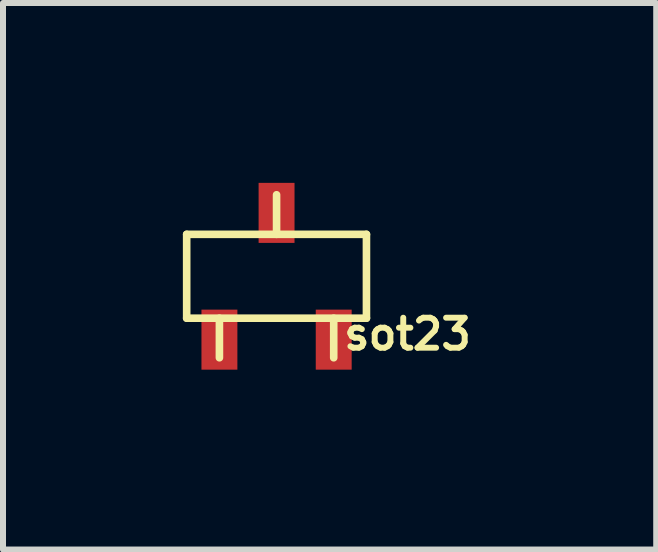
<source format=kicad_pcb>
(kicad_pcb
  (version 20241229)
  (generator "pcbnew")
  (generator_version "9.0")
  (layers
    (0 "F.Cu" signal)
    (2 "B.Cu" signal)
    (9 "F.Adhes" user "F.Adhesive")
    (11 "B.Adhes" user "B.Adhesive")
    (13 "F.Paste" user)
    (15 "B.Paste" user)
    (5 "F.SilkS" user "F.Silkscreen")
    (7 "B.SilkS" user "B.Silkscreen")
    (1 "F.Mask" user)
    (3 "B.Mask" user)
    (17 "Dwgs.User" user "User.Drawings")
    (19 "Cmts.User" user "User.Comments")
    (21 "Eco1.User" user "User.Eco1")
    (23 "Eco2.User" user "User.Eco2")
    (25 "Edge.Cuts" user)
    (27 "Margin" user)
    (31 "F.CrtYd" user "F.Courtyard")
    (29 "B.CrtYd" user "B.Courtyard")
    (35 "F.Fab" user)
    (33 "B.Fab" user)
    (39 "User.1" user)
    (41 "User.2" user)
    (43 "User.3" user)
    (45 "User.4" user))
  (footprint "sot23"
    (layer "F.Cu")
    (at 1.562 1.557)
    (property "Reference" "sot23" (at 2.184 0.965 0) (layer "F.SilkS") (effects (font (size 0.5 0.5) (thickness 0.099))))
    (attr through_hole)
    (fp_line (start -1.499 -0.699) (end 1.499 -0.699) (stroke (width 0.127) (type solid)) (layer "F.SilkS"))
    (fp_line (start -1.499 0.699) (end -1.499 -0.699) (stroke (width 0.127) (type solid)) (layer "F.SilkS"))
    (fp_line (start -0.953 0.699) (end -0.953 1.359) (stroke (width 0.127) (type solid)) (layer "F.SilkS"))
    (fp_line (start 0 -0.699) (end 0 -1.359) (stroke (width 0.127) (type solid)) (layer "F.SilkS"))
    (fp_line (start 0.953 0.699) (end 0.953 1.359) (stroke (width 0.127) (type solid)) (layer "F.SilkS"))
    (fp_line (start 1.499 -0.699) (end 1.499 0.699) (stroke (width 0.127) (type solid)) (layer "F.SilkS"))
    (fp_line (start 1.499 0.699) (end -1.499 0.699) (stroke (width 0.127) (type solid)) (layer "F.SilkS"))
    (pad "1" smd rect (at -0.953 1.057) (size 0.599 1.001) (layers "F.Cu" "F.Mask" "F.Paste"))
    (pad "2" smd rect (at 0 -1.057) (size 0.599 1.001) (layers "F.Cu" "F.Mask" "F.Paste"))
    (pad "3" smd rect (at 0.953 1.057) (size 0.599 1.001) (layers "F.Cu" "F.Mask" "F.Paste")))
  (gr_rect
    (start -3 -3)
    (end 7.893 6.114)
    (stroke (width 0.1) (type default))
    (fill no)
    (layer "Edge.Cuts")))
</source>
